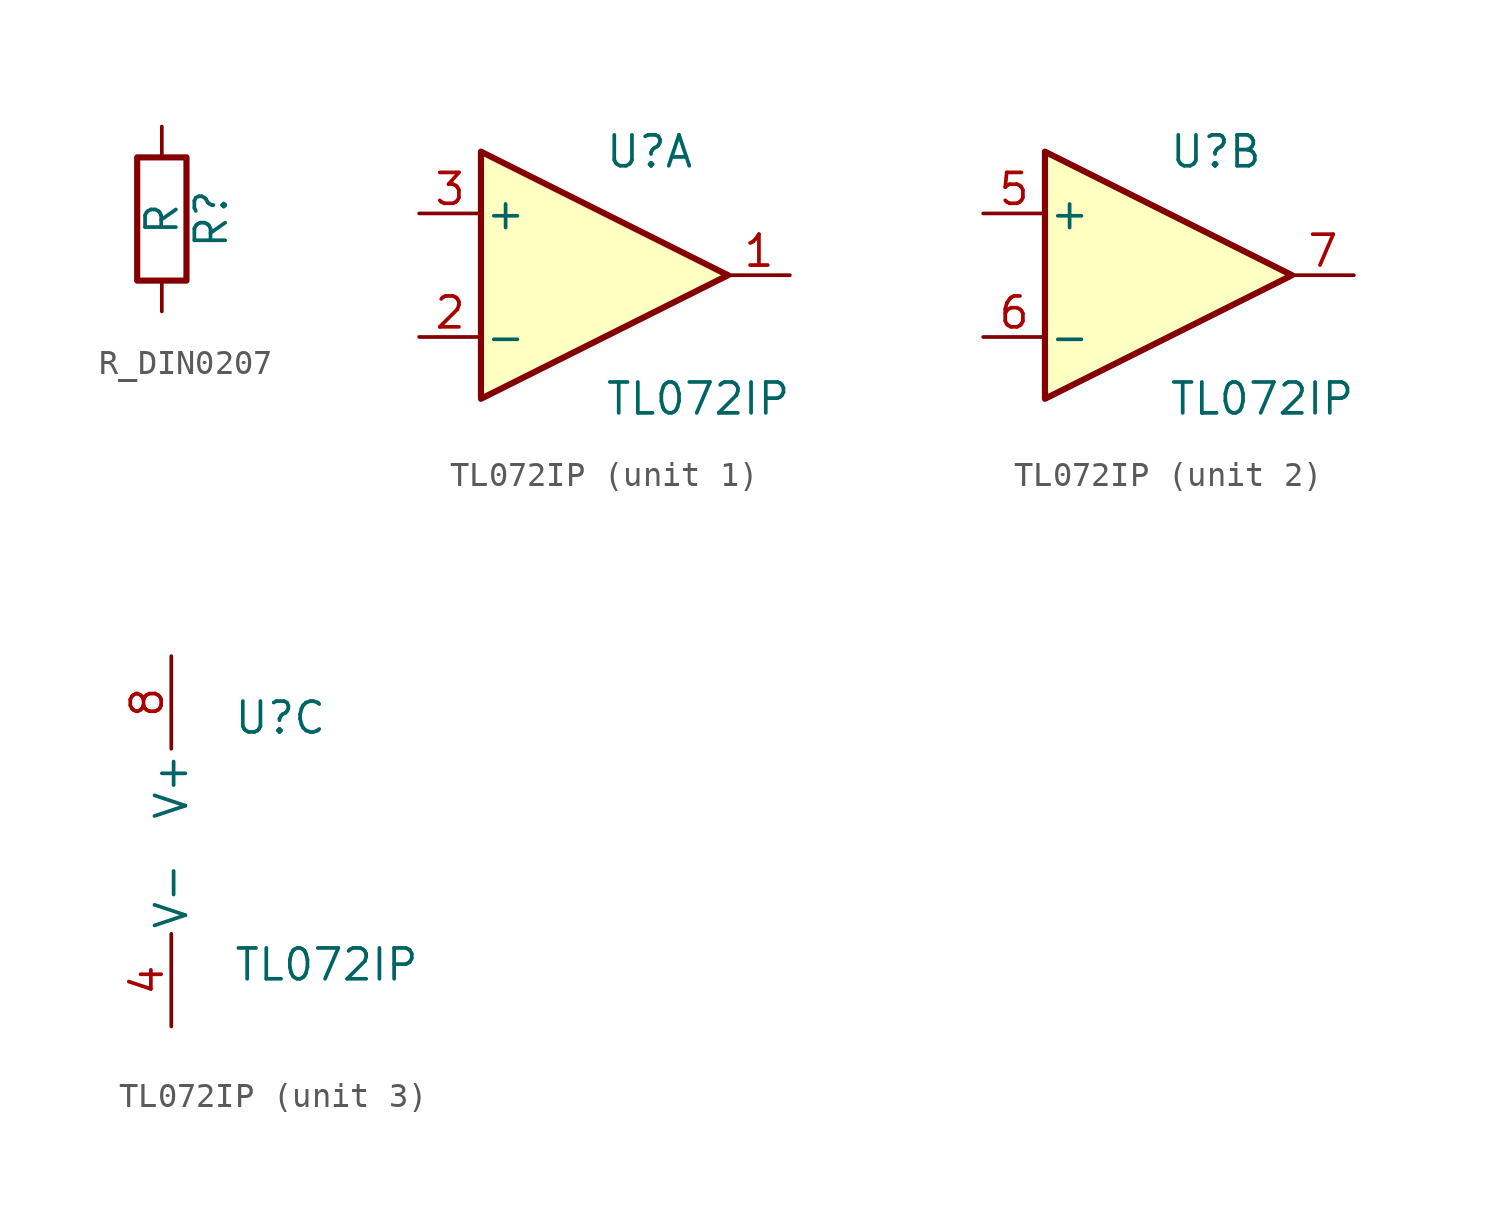
<source format=kicad_sym>
(kicad_symbol_lib
  (version 20241209)
  (generator "kicad_symbol_editor")
  (generator_version "9.0")
  (symbol "R_DIN0207"
    (pin_numbers
      (hide yes))
    (pin_names
      (offset 0))
    (property "Reference" "R"
      (at 2.032 0 90)
      (effects (font (size 1.27 1.27))))
    (property "Value" "R"
      (at 0 0 90)
      (effects (font (size 1.27 1.27))))
    (symbol "R_DIN0207_0_1"
      (rectangle (start -1.016 2.54) (end 1.016 -2.54) (stroke (width 0.254) (type default)) (fill (type none))))
    (symbol "R_DIN0207_1_1"
      (pin passive line (at 0 3.81 270) (length 1.27) (name "~" (effects (font (size 1.27 1.27)))) (number "1" (effects (font (size 1.27 1.27)))))
      (pin passive line (at 0 -3.81 90) (length 1.27) (name "~" (effects (font (size 1.27 1.27)))) (number "2" (effects (font (size 1.27 1.27)))))))
  (symbol "TL072IP"
    (pin_names
      (offset 0.127))
    (property "Reference" "U"
      (at 0 5.08 0)
      (effects (font (size 1.27 1.27)) (justify left)))
    (property "Value" "TL072IP"
      (at 0 -5.08 0)
      (effects (font (size 1.27 1.27)) (justify left)))
    (property "ki_locked" ""
      (at 0 0 0)
      (effects (font (size 1.27 1.27))))
    (symbol "TL072IP_1_1"
      (polyline (pts (xy -5.08 5.08) (xy 5.08 0) (xy -5.08 -5.08) (xy -5.08 5.08)) (stroke (width 0.254) (type default)) (fill (type background)))
      (pin input line (at -7.62 2.54 0) (length 2.54) (name "+" (effects (font (size 1.27 1.27)))) (number "3" (effects (font (size 1.27 1.27)))))
      (pin input line (at -7.62 -2.54 0) (length 2.54) (name "-" (effects (font (size 1.27 1.27)))) (number "2" (effects (font (size 1.27 1.27)))))
      (pin output line (at 7.62 0 180) (length 2.54) (name "~" (effects (font (size 1.27 1.27)))) (number "1" (effects (font (size 1.27 1.27))))))
    (symbol "TL072IP_2_1"
      (polyline (pts (xy -5.08 5.08) (xy 5.08 0) (xy -5.08 -5.08) (xy -5.08 5.08)) (stroke (width 0.254) (type default)) (fill (type background)))
      (pin input line (at -7.62 2.54 0) (length 2.54) (name "+" (effects (font (size 1.27 1.27)))) (number "5" (effects (font (size 1.27 1.27)))))
      (pin input line (at -7.62 -2.54 0) (length 2.54) (name "-" (effects (font (size 1.27 1.27)))) (number "6" (effects (font (size 1.27 1.27)))))
      (pin output line (at 7.62 0 180) (length 2.54) (name "~" (effects (font (size 1.27 1.27)))) (number "7" (effects (font (size 1.27 1.27))))))
    (symbol "TL072IP_3_1"
      (pin power_in line (at -2.54 7.62 270) (length 3.81) (name "V+" (effects (font (size 1.27 1.27)))) (number "8" (effects (font (size 1.27 1.27)))))
      (pin power_in line (at -2.54 -7.62 90) (length 3.81) (name "V-" (effects (font (size 1.27 1.27)))) (number "4" (effects (font (size 1.27 1.27))))))))
</source>
